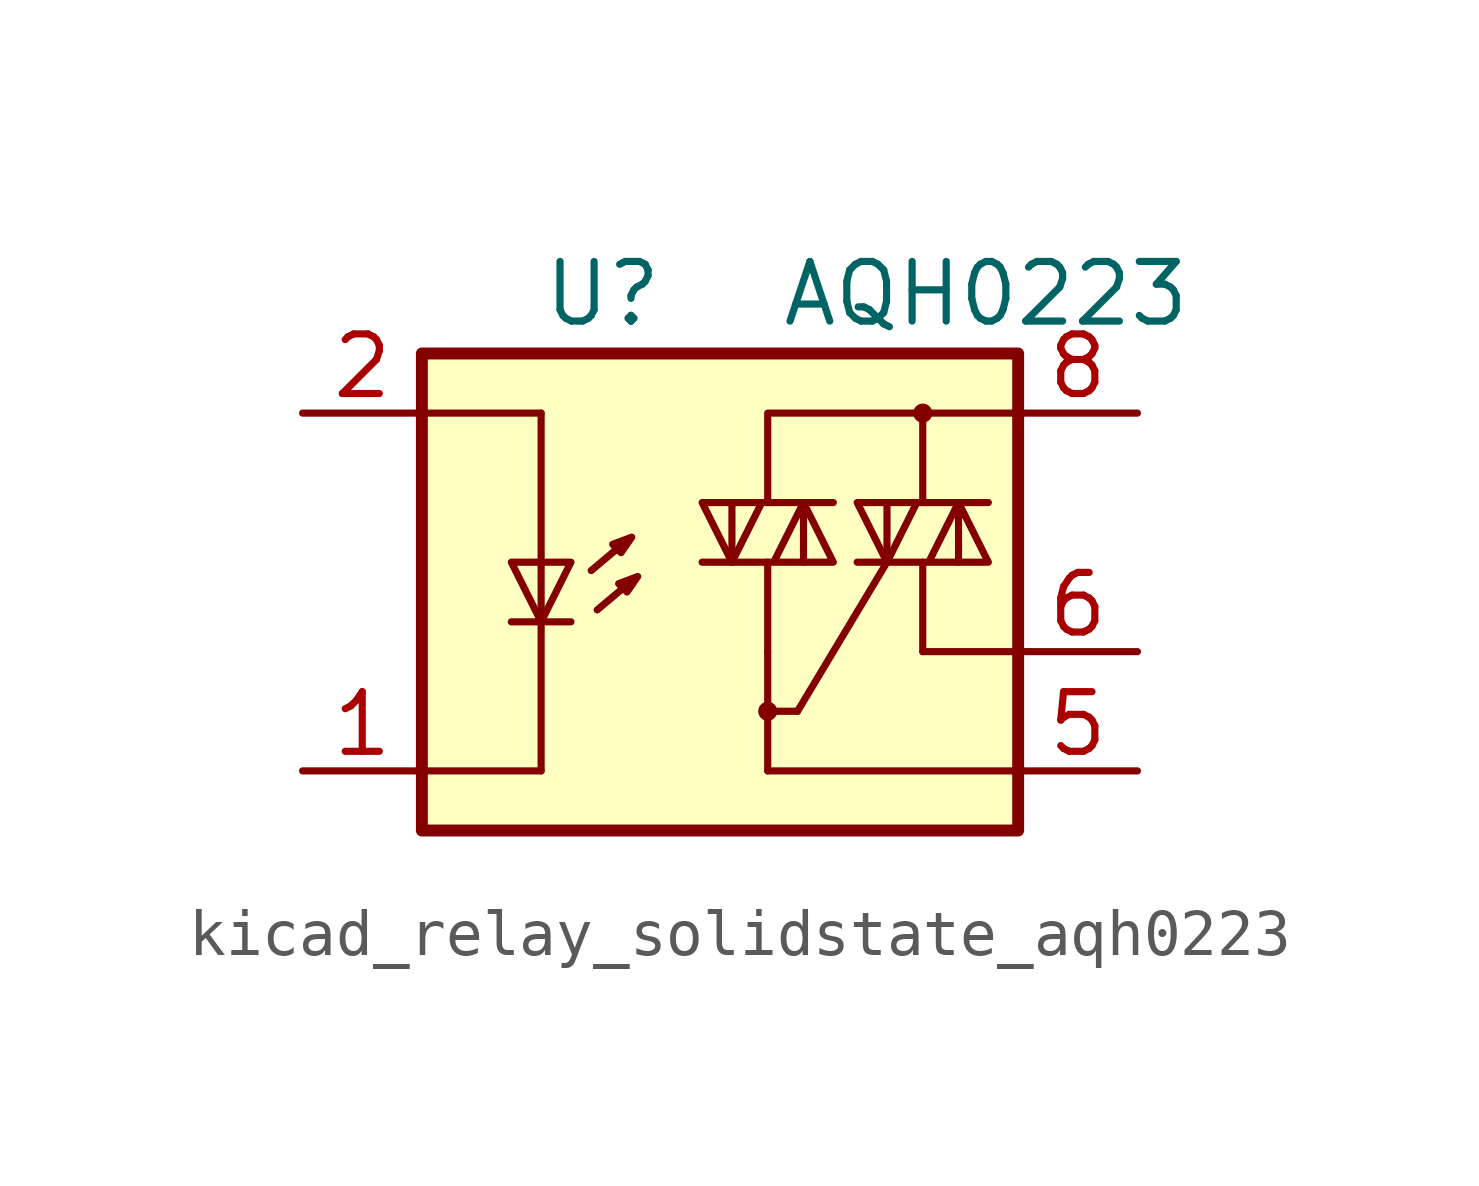
<source format=kicad_sym>
(kicad_symbol_lib
  (version 20220914)
  (generator kicad_symbol_editor)
  (symbol "kicad_relay_solidstate_aqh0223"
    (property "Reference" "U"
      (at -5.08 5.08 0)
      (effects (font (size 1.27 1.27)) (justify left)))
    (property "Value" "AQH0223"
      (at 0 5.08 0)
      (effects (font (size 1.27 1.27)) (justify left)))
    (symbol "kicad_relay_solidstate_aqh0223_0_1"
      (polyline (pts (xy 3.048 -2.54) (xy 5.08 -2.54)) (stroke (width 0) (type default)) (fill (type none)))
      (polyline (pts (xy 3.048 -0.635) (xy 3.048 -2.54)) (stroke (width 0) (type default)) (fill (type none))))
    (symbol "kicad_relay_solidstate_aqh0223_1_1"
      (rectangle (start -7.62 3.81) (end 5.08 -6.35) (stroke (width 0.254) (type default)) (fill (type background)))
      (circle (center -0.254 -3.81) (radius 0.127) (stroke (width 0) (type default)) (fill (type none)))
      (polyline (pts (xy -5.715 -1.905) (xy -4.445 -1.905)) (stroke (width 0) (type default)) (fill (type none)))
      (polyline (pts (xy -5.08 -5.08) (xy -7.62 -5.08)) (stroke (width 0) (type default)) (fill (type none)))
      (polyline (pts (xy -5.08 -1.905) (xy -5.08 -5.08)) (stroke (width 0) (type default)) (fill (type none)))
      (polyline (pts (xy -5.08 -0.635) (xy -5.08 -1.905)) (stroke (width 0) (type default)) (fill (type none)))
      (polyline (pts (xy -5.08 -0.635) (xy -5.08 2.54)) (stroke (width 0) (type default)) (fill (type none)))
      (polyline (pts (xy -5.08 2.54) (xy -7.493 2.54)) (stroke (width 0) (type default)) (fill (type none)))
      (polyline (pts (xy -3.378 -0.279) (xy -4.013 -0.813)) (stroke (width 0) (type default)) (fill (type none)))
      (polyline (pts (xy -3.251 -1.118) (xy -3.886 -1.651)) (stroke (width 0) (type default)) (fill (type none)))
      (polyline (pts (xy -1.016 -0.635) (xy -1.016 0.635)) (stroke (width 0) (type default)) (fill (type none)))
      (polyline (pts (xy -0.254 -3.81) (xy 0.381 -3.81)) (stroke (width 0) (type default)) (fill (type none)))
      (polyline (pts (xy -0.254 -2.54) (xy -0.254 -5.08)) (stroke (width 0) (type default)) (fill (type none)))
      (polyline (pts (xy -0.254 -2.54) (xy -0.254 -0.635)) (stroke (width 0) (type default)) (fill (type none)))
      (polyline (pts (xy 0.381 -3.81) (xy 2.286 -0.635)) (stroke (width 0) (type default)) (fill (type none)))
      (polyline (pts (xy 0.508 0.635) (xy 0.508 -0.635)) (stroke (width 0) (type default)) (fill (type none)))
      (polyline (pts (xy 2.286 -0.635) (xy 2.286 0.635)) (stroke (width 0) (type default)) (fill (type none)))
      (polyline (pts (xy 3.048 2.54) (xy 3.048 0.635)) (stroke (width 0) (type default)) (fill (type none)))
      (polyline (pts (xy 3.81 0.635) (xy 3.81 -0.635)) (stroke (width 0) (type default)) (fill (type none)))
      (polyline (pts (xy 5.08 -5.08) (xy -0.254 -5.08)) (stroke (width 0) (type default)) (fill (type none)))
      (polyline (pts (xy 5.08 2.54) (xy 3.048 2.54)) (stroke (width 0) (type default)) (fill (type none)))
      (polyline (pts (xy 3.048 2.54) (xy -0.254 2.54) (xy -0.254 0.635)) (stroke (width 0) (type default)) (fill (type none)))
      (polyline (pts (xy -5.08 -1.905) (xy -5.715 -0.635) (xy -4.445 -0.635) (xy -5.08 -1.905)) (stroke (width 0) (type default)) (fill (type none)))
      (polyline (pts (xy -3.556 -0.254) (xy -3.378 -0.432) (xy -3.15 -0.102) (xy -3.556 -0.254)) (stroke (width 0) (type default)) (fill (type none)))
      (polyline (pts (xy -3.429 -1.092) (xy -3.251 -1.27) (xy -3.023 -0.94) (xy -3.429 -1.092)) (stroke (width 0) (type default)) (fill (type none)))
      (polyline (pts (xy -1.651 -0.635) (xy 1.143 -0.635) (xy 0.508 0.635) (xy -0.127 -0.635)) (stroke (width 0) (type default)) (fill (type none)))
      (polyline (pts (xy 1.143 0.635) (xy -1.651 0.635) (xy -1.016 -0.635) (xy -0.381 0.635)) (stroke (width 0) (type default)) (fill (type none)))
      (polyline (pts (xy 1.651 -0.635) (xy 4.445 -0.635) (xy 3.81 0.635) (xy 3.175 -0.635)) (stroke (width 0) (type default)) (fill (type none)))
      (polyline (pts (xy 4.445 0.635) (xy 1.651 0.635) (xy 2.286 -0.635) (xy 2.921 0.635)) (stroke (width 0) (type default)) (fill (type none)))
      (circle (center 3.048 2.54) (radius 0.127) (stroke (width 0) (type default)) (fill (type none)))
      (pin passive line (at -10.16 -5.08 0) (length 2.54) (name "~" (effects (font (size 1.27 1.27)))) (number "1" (effects (font (size 1.27 1.27)))))
      (pin passive line (at -10.16 2.54 0) (length 2.54) (name "~" (effects (font (size 1.27 1.27)))) (number "2" (effects (font (size 1.27 1.27)))))
      (pin passive line (at -10.16 -5.08 0) (length 2.54) hide (name "~" (effects (font (size 1.27 1.27)))) (number "3" (effects (font (size 1.27 1.27)))))
      (pin passive line (at -10.16 -5.08 0) (length 2.54) hide (name "~" (effects (font (size 1.27 1.27)))) (number "4" (effects (font (size 1.27 1.27)))))
      (pin passive line (at 7.62 -5.08 180) (length 2.54) (name "~" (effects (font (size 1.27 1.27)))) (number "5" (effects (font (size 1.27 1.27)))))
      (pin passive line (at 7.62 -2.54 180) (length 2.54) (name "~" (effects (font (size 1.27 1.27)))) (number "6" (effects (font (size 1.27 1.27)))))
      (pin passive line (at 7.62 2.54 180) (length 2.54) (name "~" (effects (font (size 1.27 1.27)))) (number "8" (effects (font (size 1.27 1.27))))))))
</source>
